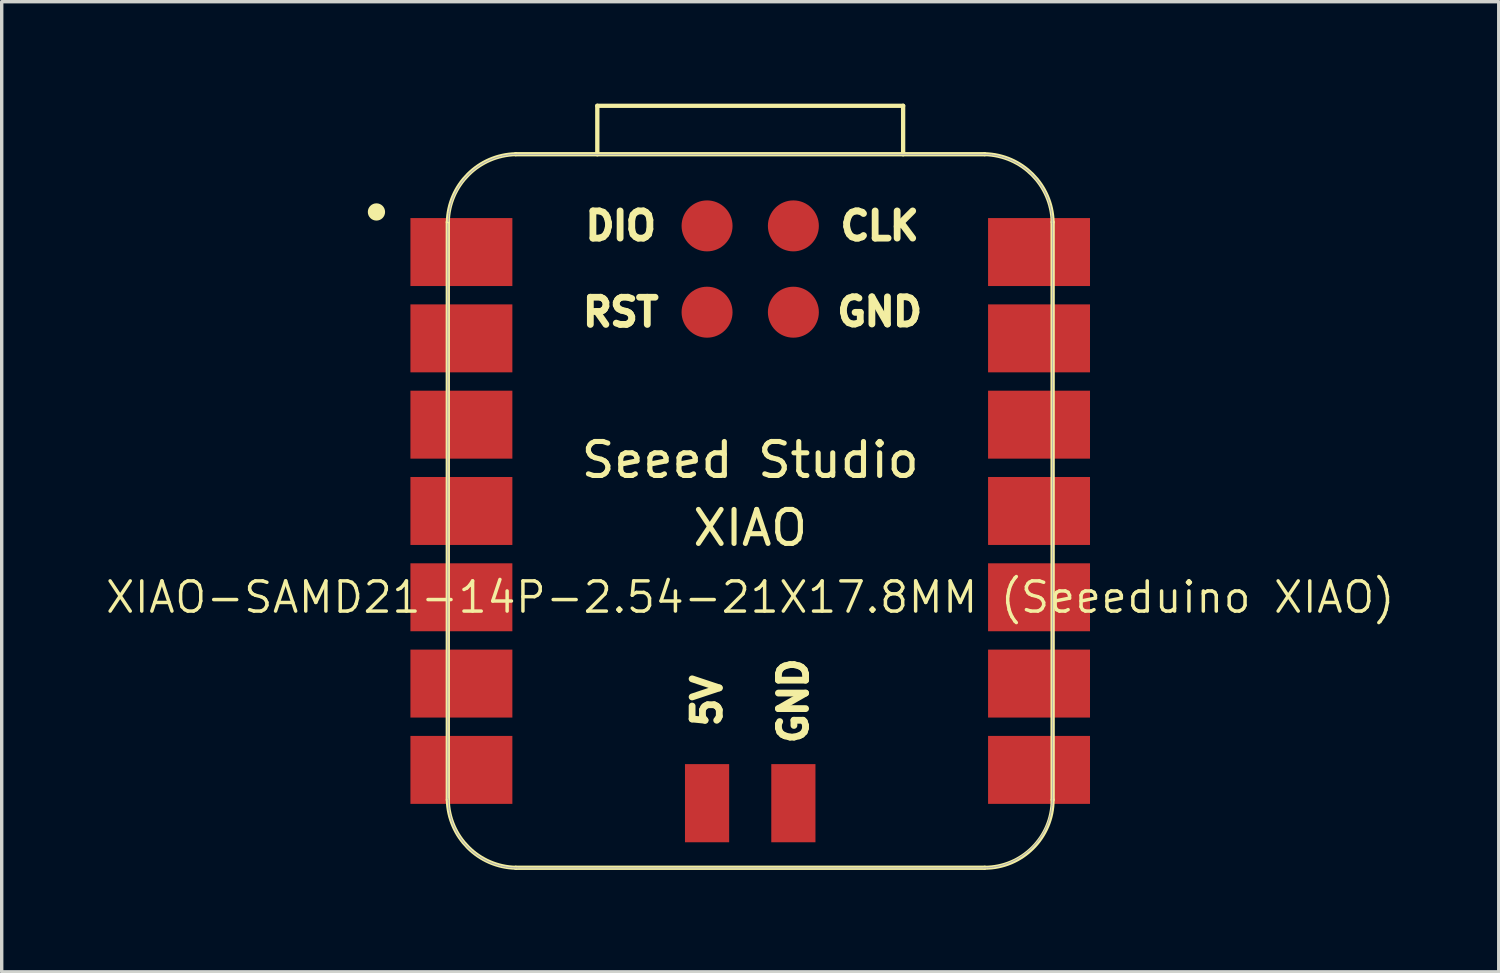
<source format=kicad_pcb>
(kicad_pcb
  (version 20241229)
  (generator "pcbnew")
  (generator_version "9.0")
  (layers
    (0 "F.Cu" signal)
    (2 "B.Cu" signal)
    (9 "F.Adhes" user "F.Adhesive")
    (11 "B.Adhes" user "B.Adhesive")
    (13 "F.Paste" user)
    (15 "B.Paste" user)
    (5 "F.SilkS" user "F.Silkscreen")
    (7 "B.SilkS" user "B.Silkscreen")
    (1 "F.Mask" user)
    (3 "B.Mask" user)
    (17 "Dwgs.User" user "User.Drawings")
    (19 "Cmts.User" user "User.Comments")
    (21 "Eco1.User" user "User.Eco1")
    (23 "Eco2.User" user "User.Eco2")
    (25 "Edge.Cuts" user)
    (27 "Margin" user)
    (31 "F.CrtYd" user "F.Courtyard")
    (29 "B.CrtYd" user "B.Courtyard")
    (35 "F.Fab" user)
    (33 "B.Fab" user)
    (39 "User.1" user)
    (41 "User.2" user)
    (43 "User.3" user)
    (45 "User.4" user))
  (footprint "XIAO-SAMD21-14P-2.54-21X17.8MM (Seeeduino XIAO)"
    (layer "F.Cu")
    (at 19.029 11.988)
    (property "Reference" "XIAO-SAMD21-14P-2.54-21X17.8MM (Seeeduino XIAO)" (at 0 2.54 0) (layer "F.SilkS") (effects (font (size 0.889 0.889) (thickness 0.102))))
    (attr smd)
    (fp_line (start -8.9 -8.5) (end -8.9 8.5) (stroke (width 0.127) (type solid)) (layer "F.SilkS"))
    (fp_line (start -6.9 10.5) (end 6.9 10.5) (stroke (width 0.127) (type solid)) (layer "F.SilkS"))
    (fp_line (start -4.5 -11.924) (end 4.5 -11.924) (stroke (width 0.127) (type solid)) (layer "F.SilkS"))
    (fp_line (start -4.5 -10.499) (end -4.5 -11.924) (stroke (width 0.127) (type default)) (layer "F.SilkS"))
    (fp_line (start 4.5 -10.499) (end 4.5 -11.924) (stroke (width 0.127) (type default)) (layer "F.SilkS"))
    (fp_line (start 6.9 -10.499) (end -6.9 -10.499) (stroke (width 0.127) (type solid)) (layer "F.SilkS"))
    (fp_line (start 8.9 8.5) (end 8.9 -8.5) (stroke (width 0.127) (type solid)) (layer "F.SilkS"))
    (fp_arc (start -8.9 -8.5) (mid -8.301491 -9.901491) (end -6.9 -10.5) (stroke (width 0.12) (type solid)) (layer "F.SilkS"))
    (fp_arc (start -6.9 10.5) (mid -8.301423 9.901423) (end -8.9 8.5) (stroke (width 0.12) (type solid)) (layer "F.SilkS"))
    (fp_arc (start 6.9 -10.5) (mid 8.301491 -9.901491) (end 8.9 -8.5) (stroke (width 0.12) (type solid)) (layer "F.SilkS"))
    (fp_arc (start 8.9 8.5) (mid 8.314214 9.914214) (end 6.9 10.5) (stroke (width 0.12) (type solid)) (layer "F.SilkS"))
    (fp_circle (center -11 -8.8) (end -11 -9.054) (stroke (width 0) (type solid)) (fill yes) (layer "F.SilkS"))
    (fp_poly (pts (xy -8.888 -8.562) (xy -8.885 -8.61) (xy -8.881 -8.659)) (stroke (width 0.025) (type solid)) (fill no) (layer "F.SilkS"))
    (fp_poly (pts (xy 8.889 8.522) (xy 8.888 8.571) (xy 8.885 8.62) (xy 8.881 8.669) (xy 8.875 8.717) (xy 8.869 8.766) (xy 8.861 8.815) (xy 8.852 8.863) (xy 8.842 8.911)) (stroke (width 0.025) (type solid)) (fill no) (layer "F.SilkS"))
    (fp_line (start -8.9 -8.463) (end -8.9 8.473) (stroke (width 0.025) (type solid)) (layer "F.Fab"))
    (fp_line (start -8.89 8.473) (end -8.889 8.522) (stroke (width 0.025) (type solid)) (layer "F.Fab"))
    (fp_line (start -8.889 8.522) (end -8.888 8.571) (stroke (width 0.025) (type solid)) (layer "F.Fab"))
    (fp_line (start -8.888 -8.562) (end -8.889 -8.512) (stroke (width 0.025) (type solid)) (layer "F.Fab"))
    (fp_line (start -8.888 8.571) (end -8.885 8.62) (stroke (width 0.025) (type solid)) (layer "F.Fab"))
    (fp_line (start -8.885 -8.61) (end -8.888 -8.562) (stroke (width 0.025) (type solid)) (layer "F.Fab"))
    (fp_line (start -8.885 8.62) (end -8.881 8.669) (stroke (width 0.025) (type solid)) (layer "F.Fab"))
    (fp_line (start -8.881 -8.659) (end -8.885 -8.61) (stroke (width 0.025) (type solid)) (layer "F.Fab"))
    (fp_line (start -8.881 8.669) (end -8.875 8.717) (stroke (width 0.025) (type solid)) (layer "F.Fab"))
    (fp_line (start -8.875 -8.708) (end -8.881 -8.659) (stroke (width 0.025) (type solid)) (layer "F.Fab"))
    (fp_line (start -8.875 8.717) (end -8.869 8.766) (stroke (width 0.025) (type solid)) (layer "F.Fab"))
    (fp_line (start -8.869 -8.757) (end -8.875 -8.708) (stroke (width 0.025) (type solid)) (layer "F.Fab"))
    (fp_line (start -8.869 8.766) (end -8.861 8.815) (stroke (width 0.025) (type solid)) (layer "F.Fab"))
    (fp_line (start -8.861 -8.806) (end -8.869 -8.757) (stroke (width 0.025) (type solid)) (layer "F.Fab"))
    (fp_line (start -8.861 8.815) (end -8.852 8.863) (stroke (width 0.025) (type solid)) (layer "F.Fab"))
    (fp_line (start -8.852 -8.854) (end -8.861 -8.806) (stroke (width 0.025) (type solid)) (layer "F.Fab"))
    (fp_line (start -8.852 8.863) (end -8.842 8.911) (stroke (width 0.025) (type solid)) (layer "F.Fab"))
    (fp_line (start -8.842 -8.902) (end -8.852 -8.854) (stroke (width 0.025) (type solid)) (layer "F.Fab"))
    (fp_line (start -8.842 8.911) (end -8.831 8.959) (stroke (width 0.025) (type solid)) (layer "F.Fab"))
    (fp_line (start -8.831 -8.95) (end -8.842 -8.902) (stroke (width 0.025) (type solid)) (layer "F.Fab"))
    (fp_line (start -8.831 8.959) (end -8.819 9.006) (stroke (width 0.025) (type solid)) (layer "F.Fab"))
    (fp_line (start -8.819 -8.997) (end -8.831 -8.95) (stroke (width 0.025) (type solid)) (layer "F.Fab"))
    (fp_line (start -8.819 9.006) (end -8.805 9.054) (stroke (width 0.025) (type solid)) (layer "F.Fab"))
    (fp_line (start -8.805 -9.045) (end -8.819 -8.997) (stroke (width 0.025) (type solid)) (layer "F.Fab"))
    (fp_line (start -8.805 9.054) (end -8.79 9.1) (stroke (width 0.025) (type solid)) (layer "F.Fab"))
    (fp_line (start -8.79 -9.091) (end -8.805 -9.045) (stroke (width 0.025) (type solid)) (layer "F.Fab"))
    (fp_line (start -8.79 9.1) (end -8.775 9.147) (stroke (width 0.025) (type solid)) (layer "F.Fab"))
    (fp_line (start -8.775 -9.138) (end -8.79 -9.091) (stroke (width 0.025) (type solid)) (layer "F.Fab"))
    (fp_line (start -8.775 9.147) (end -8.758 9.193) (stroke (width 0.025) (type solid)) (layer "F.Fab"))
    (fp_line (start -8.758 -9.184) (end -8.775 -9.138) (stroke (width 0.025) (type solid)) (layer "F.Fab"))
    (fp_line (start -8.758 9.193) (end -8.74 9.239) (stroke (width 0.025) (type solid)) (layer "F.Fab"))
    (fp_line (start -8.74 -9.23) (end -8.758 -9.184) (stroke (width 0.025) (type solid)) (layer "F.Fab"))
    (fp_line (start -8.74 9.239) (end -8.721 9.284) (stroke (width 0.025) (type solid)) (layer "F.Fab"))
    (fp_line (start -8.721 -9.275) (end -8.74 -9.23) (stroke (width 0.025) (type solid)) (layer "F.Fab"))
    (fp_line (start -8.721 9.284) (end -8.701 9.329) (stroke (width 0.025) (type solid)) (layer "F.Fab"))
    (fp_line (start -8.701 -9.32) (end -8.721 -9.275) (stroke (width 0.025) (type solid)) (layer "F.Fab"))
    (fp_line (start -8.701 9.329) (end -8.679 9.373) (stroke (width 0.025) (type solid)) (layer "F.Fab"))
    (fp_line (start -8.679 -9.364) (end -8.701 -9.32) (stroke (width 0.025) (type solid)) (layer "F.Fab"))
    (fp_line (start -8.679 9.373) (end -8.657 9.417) (stroke (width 0.025) (type solid)) (layer "F.Fab"))
    (fp_line (start -8.657 -9.408) (end -8.679 -9.364) (stroke (width 0.025) (type solid)) (layer "F.Fab"))
    (fp_line (start -8.657 9.417) (end -8.634 9.46) (stroke (width 0.025) (type solid)) (layer "F.Fab"))
    (fp_line (start -8.634 -9.451) (end -8.657 -9.408) (stroke (width 0.025) (type solid)) (layer "F.Fab"))
    (fp_line (start -8.634 9.46) (end -8.61 9.503) (stroke (width 0.025) (type solid)) (layer "F.Fab"))
    (fp_line (start -8.61 -9.494) (end -8.634 -9.451) (stroke (width 0.025) (type solid)) (layer "F.Fab"))
    (fp_line (start -8.61 9.503) (end -8.584 9.545) (stroke (width 0.025) (type solid)) (layer "F.Fab"))
    (fp_line (start -8.584 -9.536) (end -8.61 -9.494) (stroke (width 0.025) (type solid)) (layer "F.Fab"))
    (fp_line (start -8.584 9.545) (end -8.558 9.586) (stroke (width 0.025) (type solid)) (layer "F.Fab"))
    (fp_line (start -8.558 -9.577) (end -8.584 -9.536) (stroke (width 0.025) (type solid)) (layer "F.Fab"))
    (fp_line (start -8.558 9.586) (end -8.53 9.627) (stroke (width 0.025) (type solid)) (layer "F.Fab"))
    (fp_line (start -8.53 -9.618) (end -8.558 -9.577) (stroke (width 0.025) (type solid)) (layer "F.Fab"))
    (fp_line (start -8.53 9.627) (end -8.502 9.667) (stroke (width 0.025) (type solid)) (layer "F.Fab"))
    (fp_line (start -8.502 -9.658) (end -8.53 -9.618) (stroke (width 0.025) (type solid)) (layer "F.Fab"))
    (fp_line (start -8.502 9.667) (end -8.473 9.706) (stroke (width 0.025) (type solid)) (layer "F.Fab"))
    (fp_line (start -8.473 -9.697) (end -8.502 -9.658) (stroke (width 0.025) (type solid)) (layer "F.Fab"))
    (fp_line (start -8.473 9.706) (end -8.442 9.745) (stroke (width 0.025) (type solid)) (layer "F.Fab"))
    (fp_line (start -8.442 -9.736) (end -8.473 -9.697) (stroke (width 0.025) (type solid)) (layer "F.Fab"))
    (fp_line (start -8.442 9.745) (end -8.411 9.783) (stroke (width 0.025) (type solid)) (layer "F.Fab"))
    (fp_line (start -8.411 -9.774) (end -8.442 -9.736) (stroke (width 0.025) (type solid)) (layer "F.Fab"))
    (fp_line (start -8.411 9.783) (end -8.379 9.82) (stroke (width 0.025) (type solid)) (layer "F.Fab"))
    (fp_line (start -8.379 -9.811) (end -8.411 -9.774) (stroke (width 0.025) (type solid)) (layer "F.Fab"))
    (fp_line (start -8.379 9.82) (end -8.346 9.856) (stroke (width 0.025) (type solid)) (layer "F.Fab"))
    (fp_line (start -8.346 -9.847) (end -8.379 -9.811) (stroke (width 0.025) (type solid)) (layer "F.Fab"))
    (fp_line (start -8.346 9.856) (end -8.312 9.892) (stroke (width 0.025) (type solid)) (layer "F.Fab"))
    (fp_line (start -8.312 -9.883) (end -8.346 -9.847) (stroke (width 0.025) (type solid)) (layer "F.Fab"))
    (fp_line (start -8.312 9.892) (end -8.277 9.927) (stroke (width 0.025) (type solid)) (layer "F.Fab"))
    (fp_line (start -8.277 -9.918) (end -8.312 -9.883) (stroke (width 0.025) (type solid)) (layer "F.Fab"))
    (fp_line (start -8.277 9.927) (end -8.242 9.96) (stroke (width 0.025) (type solid)) (layer "F.Fab"))
    (fp_line (start -8.242 -9.951) (end -8.277 -9.918) (stroke (width 0.025) (type solid)) (layer "F.Fab"))
    (fp_line (start -8.242 9.96) (end -8.205 9.994) (stroke (width 0.025) (type solid)) (layer "F.Fab"))
    (fp_line (start -8.205 -9.984) (end -8.242 -9.951) (stroke (width 0.025) (type solid)) (layer "F.Fab"))
    (fp_line (start -8.205 9.994) (end -8.168 10.026) (stroke (width 0.025) (type solid)) (layer "F.Fab"))
    (fp_line (start -8.168 -10.017) (end -8.205 -9.984) (stroke (width 0.025) (type solid)) (layer "F.Fab"))
    (fp_line (start -8.168 10.026) (end -8.13 10.057) (stroke (width 0.025) (type solid)) (layer "F.Fab"))
    (fp_line (start -8.13 -10.048) (end -8.168 -10.017) (stroke (width 0.025) (type solid)) (layer "F.Fab"))
    (fp_line (start -8.13 10.057) (end -8.092 10.087) (stroke (width 0.025) (type solid)) (layer "F.Fab"))
    (fp_line (start -8.092 -10.078) (end -8.13 -10.048) (stroke (width 0.025) (type solid)) (layer "F.Fab"))
    (fp_line (start -8.092 10.087) (end -8.052 10.116) (stroke (width 0.025) (type solid)) (layer "F.Fab"))
    (fp_line (start -8.052 -10.107) (end -8.092 -10.078) (stroke (width 0.025) (type solid)) (layer "F.Fab"))
    (fp_line (start -8.052 10.116) (end -8.012 10.145) (stroke (width 0.025) (type solid)) (layer "F.Fab"))
    (fp_line (start -8.012 -10.136) (end -8.052 -10.107) (stroke (width 0.025) (type solid)) (layer "F.Fab"))
    (fp_line (start -8.012 10.145) (end -7.972 10.172) (stroke (width 0.025) (type solid)) (layer "F.Fab"))
    (fp_line (start -7.972 -10.163) (end -8.012 -10.136) (stroke (width 0.025) (type solid)) (layer "F.Fab"))
    (fp_line (start -7.972 10.172) (end -7.93 10.199) (stroke (width 0.025) (type solid)) (layer "F.Fab"))
    (fp_line (start -7.93 -10.19) (end -7.972 -10.163) (stroke (width 0.025) (type solid)) (layer "F.Fab"))
    (fp_line (start -7.93 10.199) (end -7.888 10.224) (stroke (width 0.025) (type solid)) (layer "F.Fab"))
    (fp_line (start -7.888 -10.215) (end -7.93 -10.19) (stroke (width 0.025) (type solid)) (layer "F.Fab"))
    (fp_line (start -7.888 10.224) (end -7.846 10.249) (stroke (width 0.025) (type solid)) (layer "F.Fab"))
    (fp_line (start -7.846 -10.239) (end -7.888 -10.215) (stroke (width 0.025) (type solid)) (layer "F.Fab"))
    (fp_line (start -7.846 10.249) (end -7.802 10.272) (stroke (width 0.025) (type solid)) (layer "F.Fab"))
    (fp_line (start -7.802 -10.263) (end -7.846 -10.239) (stroke (width 0.025) (type solid)) (layer "F.Fab"))
    (fp_line (start -7.802 10.272) (end -7.759 10.294) (stroke (width 0.025) (type solid)) (layer "F.Fab"))
    (fp_line (start -7.759 -10.285) (end -7.802 -10.263) (stroke (width 0.025) (type solid)) (layer "F.Fab"))
    (fp_line (start -7.759 10.294) (end -7.714 10.315) (stroke (width 0.025) (type solid)) (layer "F.Fab"))
    (fp_line (start -7.714 -10.306) (end -7.759 -10.285) (stroke (width 0.025) (type solid)) (layer "F.Fab"))
    (fp_line (start -7.714 10.315) (end -7.67 10.335) (stroke (width 0.025) (type solid)) (layer "F.Fab"))
    (fp_line (start -7.67 -10.326) (end -7.714 -10.306) (stroke (width 0.025) (type solid)) (layer "F.Fab"))
    (fp_line (start -7.67 10.335) (end -7.624 10.354) (stroke (width 0.025) (type solid)) (layer "F.Fab"))
    (fp_line (start -7.624 -10.345) (end -7.67 -10.326) (stroke (width 0.025) (type solid)) (layer "F.Fab"))
    (fp_line (start -7.624 10.354) (end -7.579 10.372) (stroke (width 0.025) (type solid)) (layer "F.Fab"))
    (fp_line (start -7.579 -10.363) (end -7.624 -10.345) (stroke (width 0.025) (type solid)) (layer "F.Fab"))
    (fp_line (start -7.579 10.372) (end -7.532 10.389) (stroke (width 0.025) (type solid)) (layer "F.Fab"))
    (fp_line (start -7.532 -10.38) (end -7.579 -10.363) (stroke (width 0.025) (type solid)) (layer "F.Fab"))
    (fp_line (start -7.532 10.389) (end -7.486 10.405) (stroke (width 0.025) (type solid)) (layer "F.Fab"))
    (fp_line (start -7.486 -10.396) (end -7.532 -10.38) (stroke (width 0.025) (type solid)) (layer "F.Fab"))
    (fp_line (start -7.486 10.405) (end -7.439 10.42) (stroke (width 0.025) (type solid)) (layer "F.Fab"))
    (fp_line (start -7.439 -10.411) (end -7.486 -10.396) (stroke (width 0.025) (type solid)) (layer "F.Fab"))
    (fp_line (start -7.439 10.42) (end -7.392 10.433) (stroke (width 0.025) (type solid)) (layer "F.Fab"))
    (fp_line (start -7.392 -10.424) (end -7.439 -10.411) (stroke (width 0.025) (type solid)) (layer "F.Fab"))
    (fp_line (start -7.392 10.433) (end -7.344 10.446) (stroke (width 0.025) (type solid)) (layer "F.Fab"))
    (fp_line (start -7.344 -10.436) (end -7.392 -10.424) (stroke (width 0.025) (type solid)) (layer "F.Fab"))
    (fp_line (start -7.344 10.446) (end -7.296 10.457) (stroke (width 0.025) (type solid)) (layer "F.Fab"))
    (fp_line (start -7.296 -10.448) (end -7.344 -10.436) (stroke (width 0.025) (type solid)) (layer "F.Fab"))
    (fp_line (start -7.296 10.457) (end -7.248 10.467) (stroke (width 0.025) (type solid)) (layer "F.Fab"))
    (fp_line (start -7.248 -10.458) (end -7.296 -10.448) (stroke (width 0.025) (type solid)) (layer "F.Fab"))
    (fp_line (start -7.248 10.467) (end -7.2 10.476) (stroke (width 0.025) (type solid)) (layer "F.Fab"))
    (fp_line (start -7.2 -10.466) (end -7.248 -10.458) (stroke (width 0.025) (type solid)) (layer "F.Fab"))
    (fp_line (start -7.2 10.476) (end -7.152 10.483) (stroke (width 0.025) (type solid)) (layer "F.Fab"))
    (fp_line (start -7.152 -10.474) (end -7.2 -10.466) (stroke (width 0.025) (type solid)) (layer "F.Fab"))
    (fp_line (start -7.152 10.483) (end -7.103 10.49) (stroke (width 0.025) (type solid)) (layer "F.Fab"))
    (fp_line (start -7.103 -10.481) (end -7.152 -10.474) (stroke (width 0.025) (type solid)) (layer "F.Fab"))
    (fp_line (start -7.103 10.49) (end -7.054 10.495) (stroke (width 0.025) (type solid)) (layer "F.Fab"))
    (fp_line (start -7.054 -10.486) (end -7.103 -10.481) (stroke (width 0.025) (type solid)) (layer "F.Fab"))
    (fp_line (start -7.054 10.495) (end -7.005 10.499) (stroke (width 0.025) (type solid)) (layer "F.Fab"))
    (fp_line (start -7.005 -10.49) (end -7.054 -10.486) (stroke (width 0.025) (type solid)) (layer "F.Fab"))
    (fp_line (start -7.005 10.499) (end -6.956 10.502) (stroke (width 0.025) (type solid)) (layer "F.Fab"))
    (fp_line (start -6.956 -10.493) (end -7.005 -10.49) (stroke (width 0.025) (type solid)) (layer "F.Fab"))
    (fp_line (start -6.956 10.502) (end -6.907 10.504) (stroke (width 0.025) (type solid)) (layer "F.Fab"))
    (fp_line (start -6.907 -10.495) (end -6.956 -10.493) (stroke (width 0.025) (type solid)) (layer "F.Fab"))
    (fp_line (start -6.907 10.504) (end -6.858 10.505) (stroke (width 0.025) (type solid)) (layer "F.Fab"))
    (fp_line (start -6.858 -10.495) (end -6.907 -10.495) (stroke (width 0.025) (type solid)) (layer "F.Fab"))
    (fp_line (start -6.858 10.505) (end 6.858 10.505) (stroke (width 0.025) (type solid)) (layer "F.Fab"))
    (fp_line (start 6.858 -10.495) (end -6.858 -10.495) (stroke (width 0.025) (type solid)) (layer "F.Fab"))
    (fp_line (start 6.858 10.505) (end 6.907 10.504) (stroke (width 0.025) (type solid)) (layer "F.Fab"))
    (fp_line (start 6.907 -10.495) (end 6.858 -10.495) (stroke (width 0.025) (type solid)) (layer "F.Fab"))
    (fp_line (start 6.907 10.504) (end 6.956 10.502) (stroke (width 0.025) (type solid)) (layer "F.Fab"))
    (fp_line (start 6.956 -10.493) (end 6.907 -10.495) (stroke (width 0.025) (type solid)) (layer "F.Fab"))
    (fp_line (start 6.956 10.502) (end 7.005 10.499) (stroke (width 0.025) (type solid)) (layer "F.Fab"))
    (fp_line (start 7.005 -10.49) (end 6.956 -10.493) (stroke (width 0.025) (type solid)) (layer "F.Fab"))
    (fp_line (start 7.005 10.499) (end 7.054 10.495) (stroke (width 0.025) (type solid)) (layer "F.Fab"))
    (fp_line (start 7.054 -10.486) (end 7.005 -10.49) (stroke (width 0.025) (type solid)) (layer "F.Fab"))
    (fp_line (start 7.054 10.495) (end 7.103 10.49) (stroke (width 0.025) (type solid)) (layer "F.Fab"))
    (fp_line (start 7.103 -10.481) (end 7.054 -10.486) (stroke (width 0.025) (type solid)) (layer "F.Fab"))
    (fp_line (start 7.103 10.49) (end 7.152 10.483) (stroke (width 0.025) (type solid)) (layer "F.Fab"))
    (fp_line (start 7.152 -10.474) (end 7.103 -10.481) (stroke (width 0.025) (type solid)) (layer "F.Fab"))
    (fp_line (start 7.152 10.483) (end 7.2 10.476) (stroke (width 0.025) (type solid)) (layer "F.Fab"))
    (fp_line (start 7.2 -10.466) (end 7.152 -10.474) (stroke (width 0.025) (type solid)) (layer "F.Fab"))
    (fp_line (start 7.2 10.476) (end 7.248 10.467) (stroke (width 0.025) (type solid)) (layer "F.Fab"))
    (fp_line (start 7.248 -10.458) (end 7.2 -10.466) (stroke (width 0.025) (type solid)) (layer "F.Fab"))
    (fp_line (start 7.248 10.467) (end 7.296 10.457) (stroke (width 0.025) (type solid)) (layer "F.Fab"))
    (fp_line (start 7.296 -10.448) (end 7.248 -10.458) (stroke (width 0.025) (type solid)) (layer "F.Fab"))
    (fp_line (start 7.296 10.457) (end 7.344 10.446) (stroke (width 0.025) (type solid)) (layer "F.Fab"))
    (fp_line (start 7.344 -10.436) (end 7.296 -10.448) (stroke (width 0.025) (type solid)) (layer "F.Fab"))
    (fp_line (start 7.344 10.446) (end 7.392 10.433) (stroke (width 0.025) (type solid)) (layer "F.Fab"))
    (fp_line (start 7.392 -10.424) (end 7.344 -10.436) (stroke (width 0.025) (type solid)) (layer "F.Fab"))
    (fp_line (start 7.392 10.433) (end 7.439 10.42) (stroke (width 0.025) (type solid)) (layer "F.Fab"))
    (fp_line (start 7.439 -10.411) (end 7.392 -10.424) (stroke (width 0.025) (type solid)) (layer "F.Fab"))
    (fp_line (start 7.439 10.42) (end 7.486 10.405) (stroke (width 0.025) (type solid)) (layer "F.Fab"))
    (fp_line (start 7.486 -10.396) (end 7.439 -10.411) (stroke (width 0.025) (type solid)) (layer "F.Fab"))
    (fp_line (start 7.486 10.405) (end 7.532 10.389) (stroke (width 0.025) (type solid)) (layer "F.Fab"))
    (fp_line (start 7.532 -10.38) (end 7.486 -10.396) (stroke (width 0.025) (type solid)) (layer "F.Fab"))
    (fp_line (start 7.532 10.389) (end 7.579 10.372) (stroke (width 0.025) (type solid)) (layer "F.Fab"))
    (fp_line (start 7.579 -10.363) (end 7.532 -10.38) (stroke (width 0.025) (type solid)) (layer "F.Fab"))
    (fp_line (start 7.579 10.372) (end 7.624 10.354) (stroke (width 0.025) (type solid)) (layer "F.Fab"))
    (fp_line (start 7.624 -10.345) (end 7.579 -10.363) (stroke (width 0.025) (type solid)) (layer "F.Fab"))
    (fp_line (start 7.624 10.354) (end 7.67 10.335) (stroke (width 0.025) (type solid)) (layer "F.Fab"))
    (fp_line (start 7.67 -10.326) (end 7.624 -10.345) (stroke (width 0.025) (type solid)) (layer "F.Fab"))
    (fp_line (start 7.67 10.335) (end 7.714 10.315) (stroke (width 0.025) (type solid)) (layer "F.Fab"))
    (fp_line (start 7.714 -10.306) (end 7.67 -10.326) (stroke (width 0.025) (type solid)) (layer "F.Fab"))
    (fp_line (start 7.714 10.315) (end 7.759 10.294) (stroke (width 0.025) (type solid)) (layer "F.Fab"))
    (fp_line (start 7.759 -10.285) (end 7.714 -10.306) (stroke (width 0.025) (type solid)) (layer "F.Fab"))
    (fp_line (start 7.759 10.294) (end 7.802 10.272) (stroke (width 0.025) (type solid)) (layer "F.Fab"))
    (fp_line (start 7.802 -10.263) (end 7.759 -10.285) (stroke (width 0.025) (type solid)) (layer "F.Fab"))
    (fp_line (start 7.802 10.272) (end 7.846 10.249) (stroke (width 0.025) (type solid)) (layer "F.Fab"))
    (fp_line (start 7.846 -10.239) (end 7.802 -10.263) (stroke (width 0.025) (type solid)) (layer "F.Fab"))
    (fp_line (start 7.846 10.249) (end 7.888 10.224) (stroke (width 0.025) (type solid)) (layer "F.Fab"))
    (fp_line (start 7.888 -10.215) (end 7.846 -10.239) (stroke (width 0.025) (type solid)) (layer "F.Fab"))
    (fp_line (start 7.888 10.224) (end 7.93 10.199) (stroke (width 0.025) (type solid)) (layer "F.Fab"))
    (fp_line (start 7.93 -10.19) (end 7.888 -10.215) (stroke (width 0.025) (type solid)) (layer "F.Fab"))
    (fp_line (start 7.93 10.199) (end 7.972 10.172) (stroke (width 0.025) (type solid)) (layer "F.Fab"))
    (fp_line (start 7.972 -10.163) (end 7.93 -10.19) (stroke (width 0.025) (type solid)) (layer "F.Fab"))
    (fp_line (start 7.972 10.172) (end 8.012 10.145) (stroke (width 0.025) (type solid)) (layer "F.Fab"))
    (fp_line (start 8.012 -10.136) (end 7.972 -10.163) (stroke (width 0.025) (type solid)) (layer "F.Fab"))
    (fp_line (start 8.012 10.145) (end 8.052 10.116) (stroke (width 0.025) (type solid)) (layer "F.Fab"))
    (fp_line (start 8.052 -10.107) (end 8.012 -10.136) (stroke (width 0.025) (type solid)) (layer "F.Fab"))
    (fp_line (start 8.052 10.116) (end 8.092 10.087) (stroke (width 0.025) (type solid)) (layer "F.Fab"))
    (fp_line (start 8.092 -10.078) (end 8.052 -10.107) (stroke (width 0.025) (type solid)) (layer "F.Fab"))
    (fp_line (start 8.092 10.087) (end 8.13 10.057) (stroke (width 0.025) (type solid)) (layer "F.Fab"))
    (fp_line (start 8.13 -10.048) (end 8.092 -10.078) (stroke (width 0.025) (type solid)) (layer "F.Fab"))
    (fp_line (start 8.13 10.057) (end 8.168 10.026) (stroke (width 0.025) (type solid)) (layer "F.Fab"))
    (fp_line (start 8.168 -10.017) (end 8.13 -10.048) (stroke (width 0.025) (type solid)) (layer "F.Fab"))
    (fp_line (start 8.168 10.026) (end 8.205 9.994) (stroke (width 0.025) (type solid)) (layer "F.Fab"))
    (fp_line (start 8.205 -9.984) (end 8.168 -10.017) (stroke (width 0.025) (type solid)) (layer "F.Fab"))
    (fp_line (start 8.205 9.994) (end 8.242 9.96) (stroke (width 0.025) (type solid)) (layer "F.Fab"))
    (fp_line (start 8.242 -9.951) (end 8.205 -9.984) (stroke (width 0.025) (type solid)) (layer "F.Fab"))
    (fp_line (start 8.242 9.96) (end 8.277 9.927) (stroke (width 0.025) (type solid)) (layer "F.Fab"))
    (fp_line (start 8.277 -9.918) (end 8.242 -9.951) (stroke (width 0.025) (type solid)) (layer "F.Fab"))
    (fp_line (start 8.277 9.927) (end 8.312 9.892) (stroke (width 0.025) (type solid)) (layer "F.Fab"))
    (fp_line (start 8.312 -9.883) (end 8.277 -9.918) (stroke (width 0.025) (type solid)) (layer "F.Fab"))
    (fp_line (start 8.312 9.892) (end 8.346 9.856) (stroke (width 0.025) (type solid)) (layer "F.Fab"))
    (fp_line (start 8.346 -9.847) (end 8.312 -9.883) (stroke (width 0.025) (type solid)) (layer "F.Fab"))
    (fp_line (start 8.346 9.856) (end 8.379 9.82) (stroke (width 0.025) (type solid)) (layer "F.Fab"))
    (fp_line (start 8.379 -9.811) (end 8.346 -9.847) (stroke (width 0.025) (type solid)) (layer "F.Fab"))
    (fp_line (start 8.379 9.82) (end 8.411 9.783) (stroke (width 0.025) (type solid)) (layer "F.Fab"))
    (fp_line (start 8.411 -9.774) (end 8.379 -9.811) (stroke (width 0.025) (type solid)) (layer "F.Fab"))
    (fp_line (start 8.411 9.783) (end 8.442 9.745) (stroke (width 0.025) (type solid)) (layer "F.Fab"))
    (fp_line (start 8.442 -9.736) (end 8.411 -9.774) (stroke (width 0.025) (type solid)) (layer "F.Fab"))
    (fp_line (start 8.442 9.745) (end 8.473 9.706) (stroke (width 0.025) (type solid)) (layer "F.Fab"))
    (fp_line (start 8.473 -9.697) (end 8.442 -9.736) (stroke (width 0.025) (type solid)) (layer "F.Fab"))
    (fp_line (start 8.473 9.706) (end 8.502 9.667) (stroke (width 0.025) (type solid)) (layer "F.Fab"))
    (fp_line (start 8.502 -9.658) (end 8.473 -9.697) (stroke (width 0.025) (type solid)) (layer "F.Fab"))
    (fp_line (start 8.502 9.667) (end 8.53 9.627) (stroke (width 0.025) (type solid)) (layer "F.Fab"))
    (fp_line (start 8.53 -9.618) (end 8.502 -9.658) (stroke (width 0.025) (type solid)) (layer "F.Fab"))
    (fp_line (start 8.53 9.627) (end 8.558 9.586) (stroke (width 0.025) (type solid)) (layer "F.Fab"))
    (fp_line (start 8.558 -9.577) (end 8.53 -9.618) (stroke (width 0.025) (type solid)) (layer "F.Fab"))
    (fp_line (start 8.558 9.586) (end 8.584 9.545) (stroke (width 0.025) (type solid)) (layer "F.Fab"))
    (fp_line (start 8.584 -9.536) (end 8.558 -9.577) (stroke (width 0.025) (type solid)) (layer "F.Fab"))
    (fp_line (start 8.584 9.545) (end 8.61 9.503) (stroke (width 0.025) (type solid)) (layer "F.Fab"))
    (fp_line (start 8.61 -9.494) (end 8.584 -9.536) (stroke (width 0.025) (type solid)) (layer "F.Fab"))
    (fp_line (start 8.61 9.503) (end 8.634 9.46) (stroke (width 0.025) (type solid)) (layer "F.Fab"))
    (fp_line (start 8.634 -9.451) (end 8.61 -9.494) (stroke (width 0.025) (type solid)) (layer "F.Fab"))
    (fp_line (start 8.634 9.46) (end 8.657 9.417) (stroke (width 0.025) (type solid)) (layer "F.Fab"))
    (fp_line (start 8.657 -9.408) (end 8.634 -9.451) (stroke (width 0.025) (type solid)) (layer "F.Fab"))
    (fp_line (start 8.657 9.417) (end 8.679 9.373) (stroke (width 0.025) (type solid)) (layer "F.Fab"))
    (fp_line (start 8.679 -9.364) (end 8.657 -9.408) (stroke (width 0.025) (type solid)) (layer "F.Fab"))
    (fp_line (start 8.679 9.373) (end 8.701 9.329) (stroke (width 0.025) (type solid)) (layer "F.Fab"))
    (fp_line (start 8.701 -9.32) (end 8.679 -9.364) (stroke (width 0.025) (type solid)) (layer "F.Fab"))
    (fp_line (start 8.701 9.329) (end 8.721 9.284) (stroke (width 0.025) (type solid)) (layer "F.Fab"))
    (fp_line (start 8.721 -9.275) (end 8.701 -9.32) (stroke (width 0.025) (type solid)) (layer "F.Fab"))
    (fp_line (start 8.721 9.284) (end 8.74 9.239) (stroke (width 0.025) (type solid)) (layer "F.Fab"))
    (fp_line (start 8.74 -9.23) (end 8.721 -9.275) (stroke (width 0.025) (type solid)) (layer "F.Fab"))
    (fp_line (start 8.74 9.239) (end 8.758 9.193) (stroke (width 0.025) (type solid)) (layer "F.Fab"))
    (fp_line (start 8.758 -9.184) (end 8.74 -9.23) (stroke (width 0.025) (type solid)) (layer "F.Fab"))
    (fp_line (start 8.758 9.193) (end 8.775 9.147) (stroke (width 0.025) (type solid)) (layer "F.Fab"))
    (fp_line (start 8.775 -9.138) (end 8.758 -9.184) (stroke (width 0.025) (type solid)) (layer "F.Fab"))
    (fp_line (start 8.775 9.147) (end 8.79 9.1) (stroke (width 0.025) (type solid)) (layer "F.Fab"))
    (fp_line (start 8.79 -9.091) (end 8.775 -9.138) (stroke (width 0.025) (type solid)) (layer "F.Fab"))
    (fp_line (start 8.79 9.1) (end 8.805 9.054) (stroke (width 0.025) (type solid)) (layer "F.Fab"))
    (fp_line (start 8.805 -9.045) (end 8.79 -9.091) (stroke (width 0.025) (type solid)) (layer "F.Fab"))
    (fp_line (start 8.805 9.054) (end 8.819 9.006) (stroke (width 0.025) (type solid)) (layer "F.Fab"))
    (fp_line (start 8.819 -8.997) (end 8.805 -9.045) (stroke (width 0.025) (type solid)) (layer "F.Fab"))
    (fp_line (start 8.819 9.006) (end 8.831 8.959) (stroke (width 0.025) (type solid)) (layer "F.Fab"))
    (fp_line (start 8.831 -8.95) (end 8.819 -8.997) (stroke (width 0.025) (type solid)) (layer "F.Fab"))
    (fp_line (start 8.831 8.959) (end 8.842 8.911) (stroke (width 0.025) (type solid)) (layer "F.Fab"))
    (fp_line (start 8.842 -8.902) (end 8.831 -8.95) (stroke (width 0.025) (type solid)) (layer "F.Fab"))
    (fp_line (start 8.842 8.911) (end 8.852 8.863) (stroke (width 0.025) (type solid)) (layer "F.Fab"))
    (fp_line (start 8.852 -8.854) (end 8.842 -8.902) (stroke (width 0.025) (type solid)) (layer "F.Fab"))
    (fp_line (start 8.852 8.863) (end 8.861 8.815) (stroke (width 0.025) (type solid)) (layer "F.Fab"))
    (fp_line (start 8.861 -8.806) (end 8.852 -8.854) (stroke (width 0.025) (type solid)) (layer "F.Fab"))
    (fp_line (start 8.861 8.815) (end 8.869 8.766) (stroke (width 0.025) (type solid)) (layer "F.Fab"))
    (fp_line (start 8.869 -8.757) (end 8.861 -8.806) (stroke (width 0.025) (type solid)) (layer "F.Fab"))
    (fp_line (start 8.869 8.766) (end 8.875 8.717) (stroke (width 0.025) (type solid)) (layer "F.Fab"))
    (fp_line (start 8.875 -8.708) (end 8.869 -8.757) (stroke (width 0.025) (type solid)) (layer "F.Fab"))
    (fp_line (start 8.875 8.717) (end 8.881 8.669) (stroke (width 0.025) (type solid)) (layer "F.Fab"))
    (fp_line (start 8.881 -8.659) (end 8.875 -8.708) (stroke (width 0.025) (type solid)) (layer "F.Fab"))
    (fp_line (start 8.881 8.669) (end 8.885 8.62) (stroke (width 0.025) (type solid)) (layer "F.Fab"))
    (fp_line (start 8.885 -8.61) (end 8.881 -8.659) (stroke (width 0.025) (type solid)) (layer "F.Fab"))
    (fp_line (start 8.885 8.62) (end 8.888 8.571) (stroke (width 0.025) (type solid)) (layer "F.Fab"))
    (fp_line (start 8.888 -8.562) (end 8.885 -8.61) (stroke (width 0.025) (type solid)) (layer "F.Fab"))
    (fp_line (start 8.888 8.571) (end 8.889 8.522) (stroke (width 0.025) (type solid)) (layer "F.Fab"))
    (fp_line (start 8.889 -8.512) (end 8.888 -8.562) (stroke (width 0.025) (type solid)) (layer "F.Fab"))
    (fp_line (start 8.889 8.522) (end 8.89 8.473) (stroke (width 0.025) (type solid)) (layer "F.Fab"))
    (fp_line (start 8.89 -8.463) (end 8.889 -8.512) (stroke (width 0.025) (type solid)) (layer "F.Fab"))
    (fp_line (start 8.9 8.473) (end 8.9 -8.463) (stroke (width 0.025) (type solid)) (layer "F.Fab"))
    (fp_text user "XIAO" (at 0 0.5 0) (unlocked yes) (layer "F.SilkS") (effects (font (size 1 1) (thickness 0.15))))
    (fp_text user "GND" (at 3.81 -5.862 0) (unlocked yes) (layer "F.SilkS") (effects (font (size 0.8 0.8) (thickness 0.2) (bold yes))))
    (fp_text user "GND" (at 1.27 5.588 90) (unlocked yes) (layer "F.SilkS") (effects (font (size 0.8 0.8) (thickness 0.2) (bold yes))))
    (fp_text user "DIO" (at -3.81 -8.39 0) (unlocked yes) (layer "F.SilkS") (effects (font (size 0.8 0.8) (thickness 0.2) (bold yes))))
    (fp_text user "RST" (at -3.81 -5.85 0) (unlocked yes) (layer "F.SilkS") (effects (font (size 0.8 0.8) (thickness 0.2) (bold yes))))
    (fp_text user "Seeed Studio" (at 0 -1.5 0) (unlocked yes) (layer "F.SilkS") (effects (font (size 1 1) (thickness 0.15))))
    (fp_text user "5V" (at -1.27 5.588 90) (unlocked yes) (layer "F.SilkS") (effects (font (size 0.8 0.8) (thickness 0.2) (bold yes))))
    (fp_text user "CLK" (at 3.81 -8.39 0) (unlocked yes) (layer "F.SilkS") (effects (font (size 0.8 0.8) (thickness 0.2) (bold yes))))
    (pad "1" smd rect (at -8.5 -7.62) (size 3 2) (layers "F.Cu" "F.Mask" "F.Paste"))
    (pad "2" smd rect (at -8.5 -5.08) (size 3 2) (layers "F.Cu" "F.Mask" "F.Paste"))
    (pad "3" smd rect (at -8.5 -2.54) (size 3 2) (layers "F.Cu" "F.Mask" "F.Paste"))
    (pad "4" smd rect (at -8.5 0) (size 3 2) (layers "F.Cu" "F.Mask" "F.Paste"))
    (pad "5" smd rect (at -8.5 2.54) (size 3 2) (layers "F.Cu" "F.Mask" "F.Paste"))
    (pad "6" smd rect (at -8.5 5.08 180) (size 3 2) (layers "F.Cu" "F.Mask" "F.Paste"))
    (pad "7" smd rect (at -8.5 7.62) (size 3 2) (layers "F.Cu" "F.Mask" "F.Paste"))
    (pad "8" smd rect (at 8.5 7.62) (size 3 2) (layers "F.Cu" "F.Mask" "F.Paste"))
    (pad "9" smd rect (at 8.5 5.08) (size 3 2) (layers "F.Cu" "F.Mask" "F.Paste"))
    (pad "10" smd rect (at 8.5 2.54) (size 3 2) (layers "F.Cu" "F.Mask" "F.Paste"))
    (pad "11" smd rect (at 8.5 0) (size 3 2) (layers "F.Cu" "F.Mask" "F.Paste"))
    (pad "12" smd rect (at 8.5 -2.54) (size 3 2) (layers "F.Cu" "F.Mask" "F.Paste"))
    (pad "13" smd rect (at 8.5 -5.08) (size 3 2) (layers "F.Cu" "F.Mask" "F.Paste"))
    (pad "14" smd rect (at 8.5 -7.62) (size 3 2) (layers "F.Cu" "F.Mask" "F.Paste"))
    (pad "15" smd rect (at -1.27 8.6 90) (size 2.3 1.3) (layers "F.Cu" "F.Mask" "F.Paste"))
    (pad "16" smd rect (at 1.27 8.6 90) (size 2.3 1.3) (layers "F.Cu" "F.Mask" "F.Paste"))
    (pad "17" smd circle (at -1.27 -8.39 90) (size 1.5 1.5) (layers "F.Cu" "F.Mask" "F.Paste"))
    (pad "18" smd circle (at 1.27 -8.39 90) (size 1.5 1.5) (layers "F.Cu" "F.Mask" "F.Paste"))
    (pad "19" smd circle (at -1.27 -5.85 90) (size 1.5 1.5) (layers "F.Cu" "F.Mask" "F.Paste"))
    (pad "20" smd circle (at 1.27 -5.85 90) (size 1.5 1.5) (layers "F.Cu" "F.Mask" "F.Paste")))
  (gr_rect
    (start -3 -3)
    (end 41.058 25.551)
    (stroke (width 0.1) (type default))
    (fill no)
    (layer "Edge.Cuts")))
</source>
